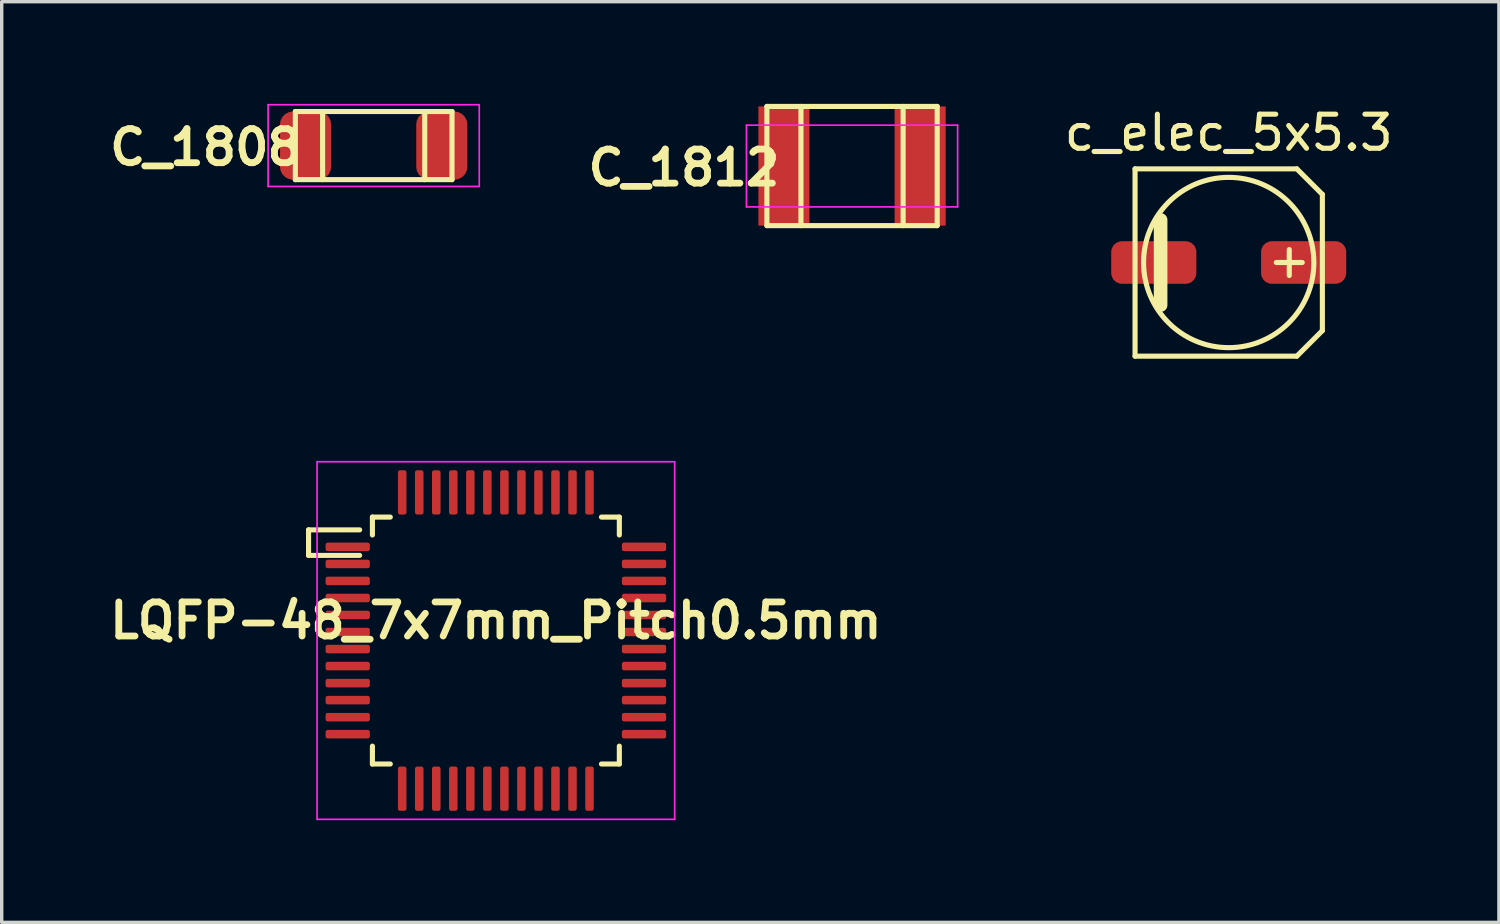
<source format=kicad_pcb>
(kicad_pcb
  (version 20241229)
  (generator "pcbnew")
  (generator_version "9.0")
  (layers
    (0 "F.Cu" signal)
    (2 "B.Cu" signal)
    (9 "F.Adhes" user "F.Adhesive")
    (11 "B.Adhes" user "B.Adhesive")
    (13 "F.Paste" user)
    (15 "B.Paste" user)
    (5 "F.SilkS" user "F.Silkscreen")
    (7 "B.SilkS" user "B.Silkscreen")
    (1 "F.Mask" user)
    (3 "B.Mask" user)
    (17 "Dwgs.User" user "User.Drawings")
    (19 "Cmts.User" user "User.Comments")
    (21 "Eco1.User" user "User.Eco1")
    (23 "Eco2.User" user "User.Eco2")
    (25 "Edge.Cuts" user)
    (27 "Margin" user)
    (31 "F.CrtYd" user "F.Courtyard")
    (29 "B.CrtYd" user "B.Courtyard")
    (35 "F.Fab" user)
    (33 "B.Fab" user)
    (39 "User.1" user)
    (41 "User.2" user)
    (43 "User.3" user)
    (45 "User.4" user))
  (footprint "LQFP-48_7x7mm_Pitch0.5mm"
    (layer "F.Cu")
    (at 11.51 15.758)
    (property "Reference" "LQFP-48_7x7mm_Pitch0.5mm" (at 0 -0.586 0) (layer "F.SilkS") (effects (font (size 1 1) (thickness 0.2))))
    (attr smd)
    (fp_line (start -5.5 -3.25) (end -5.5 -2.5) (stroke (width 0.15) (type solid)) (layer "F.SilkS"))
    (fp_line (start -5.5 -2.5) (end -4 -2.5) (stroke (width 0.15) (type solid)) (layer "F.SilkS"))
    (fp_line (start -4 -3.25) (end -5.5 -3.25) (stroke (width 0.15) (type solid)) (layer "F.SilkS"))
    (fp_line (start -3.625 -3.625) (end -3.625 -3.1) (stroke (width 0.15) (type solid)) (layer "F.SilkS"))
    (fp_line (start -3.625 -3.625) (end -3.1 -3.625) (stroke (width 0.15) (type solid)) (layer "F.SilkS"))
    (fp_line (start -3.625 3.625) (end -3.625 3.1) (stroke (width 0.15) (type solid)) (layer "F.SilkS"))
    (fp_line (start -3.625 3.625) (end -3.1 3.625) (stroke (width 0.15) (type solid)) (layer "F.SilkS"))
    (fp_line (start 3.625 -3.625) (end 3.1 -3.625) (stroke (width 0.15) (type solid)) (layer "F.SilkS"))
    (fp_line (start 3.625 -3.625) (end 3.625 -3.1) (stroke (width 0.15) (type solid)) (layer "F.SilkS"))
    (fp_line (start 3.625 3.625) (end 3.1 3.625) (stroke (width 0.15) (type solid)) (layer "F.SilkS"))
    (fp_line (start 3.625 3.625) (end 3.625 3.1) (stroke (width 0.15) (type solid)) (layer "F.SilkS"))
    (fp_line (start -5.25 -5.25) (end -5.25 5.25) (stroke (width 0.05) (type solid)) (layer "F.CrtYd"))
    (fp_line (start -5.25 -5.25) (end 5.25 -5.25) (stroke (width 0.05) (type solid)) (layer "F.CrtYd"))
    (fp_line (start -5.25 5.25) (end 5.25 5.25) (stroke (width 0.05) (type solid)) (layer "F.CrtYd"))
    (fp_line (start 5.25 -5.25) (end 5.25 5.25) (stroke (width 0.05) (type solid)) (layer "F.CrtYd"))
    (pad "1" smd roundrect (at -4.35 -2.75) (size 1.3 0.25) (layers "F.Cu" "F.Mask" "F.Paste") (roundrect_rratio 0.25))
    (pad "2" smd roundrect (at -4.35 -2.25) (size 1.3 0.25) (layers "F.Cu" "F.Mask" "F.Paste") (roundrect_rratio 0.25))
    (pad "3" smd roundrect (at -4.35 -1.75) (size 1.3 0.25) (layers "F.Cu" "F.Mask" "F.Paste") (roundrect_rratio 0.25))
    (pad "4" smd roundrect (at -4.35 -1.25) (size 1.3 0.25) (layers "F.Cu" "F.Mask" "F.Paste") (roundrect_rratio 0.25))
    (pad "5" smd roundrect (at -4.35 -0.75) (size 1.3 0.25) (layers "F.Cu" "F.Mask" "F.Paste") (roundrect_rratio 0.25))
    (pad "6" smd roundrect (at -4.35 -0.25) (size 1.3 0.25) (layers "F.Cu" "F.Mask" "F.Paste") (roundrect_rratio 0.25))
    (pad "7" smd roundrect (at -4.35 0.25) (size 1.3 0.25) (layers "F.Cu" "F.Mask" "F.Paste") (roundrect_rratio 0.25))
    (pad "8" smd roundrect (at -4.35 0.75) (size 1.3 0.25) (layers "F.Cu" "F.Mask" "F.Paste") (roundrect_rratio 0.25))
    (pad "9" smd roundrect (at -4.35 1.25) (size 1.3 0.25) (layers "F.Cu" "F.Mask" "F.Paste") (roundrect_rratio 0.25))
    (pad "10" smd roundrect (at -4.35 1.75) (size 1.3 0.25) (layers "F.Cu" "F.Mask" "F.Paste") (roundrect_rratio 0.25))
    (pad "11" smd roundrect (at -4.35 2.25) (size 1.3 0.25) (layers "F.Cu" "F.Mask" "F.Paste") (roundrect_rratio 0.25))
    (pad "12" smd roundrect (at -4.35 2.75) (size 1.3 0.25) (layers "F.Cu" "F.Mask" "F.Paste") (roundrect_rratio 0.25))
    (pad "13" smd roundrect (at -2.75 4.35 90) (size 1.3 0.25) (layers "F.Cu" "F.Mask" "F.Paste") (roundrect_rratio 0.25))
    (pad "14" smd roundrect (at -2.25 4.35 90) (size 1.3 0.25) (layers "F.Cu" "F.Mask" "F.Paste") (roundrect_rratio 0.25))
    (pad "15" smd roundrect (at -1.75 4.35 90) (size 1.3 0.25) (layers "F.Cu" "F.Mask" "F.Paste") (roundrect_rratio 0.25))
    (pad "16" smd roundrect (at -1.25 4.35 90) (size 1.3 0.25) (layers "F.Cu" "F.Mask" "F.Paste") (roundrect_rratio 0.25))
    (pad "17" smd roundrect (at -0.75 4.35 90) (size 1.3 0.25) (layers "F.Cu" "F.Mask" "F.Paste") (roundrect_rratio 0.25))
    (pad "18" smd roundrect (at -0.25 4.35 90) (size 1.3 0.25) (layers "F.Cu" "F.Mask" "F.Paste") (roundrect_rratio 0.25))
    (pad "19" smd roundrect (at 0.25 4.35 90) (size 1.3 0.25) (layers "F.Cu" "F.Mask" "F.Paste") (roundrect_rratio 0.25))
    (pad "20" smd roundrect (at 0.75 4.35 90) (size 1.3 0.25) (layers "F.Cu" "F.Mask" "F.Paste") (roundrect_rratio 0.25))
    (pad "21" smd roundrect (at 1.25 4.35 90) (size 1.3 0.25) (layers "F.Cu" "F.Mask" "F.Paste") (roundrect_rratio 0.25))
    (pad "22" smd roundrect (at 1.75 4.35 90) (size 1.3 0.25) (layers "F.Cu" "F.Mask" "F.Paste") (roundrect_rratio 0.25))
    (pad "23" smd roundrect (at 2.25 4.35 90) (size 1.3 0.25) (layers "F.Cu" "F.Mask" "F.Paste") (roundrect_rratio 0.25))
    (pad "24" smd roundrect (at 2.75 4.35 90) (size 1.3 0.25) (layers "F.Cu" "F.Mask" "F.Paste") (roundrect_rratio 0.25))
    (pad "25" smd roundrect (at 4.35 2.75) (size 1.3 0.25) (layers "F.Cu" "F.Mask" "F.Paste") (roundrect_rratio 0.25))
    (pad "26" smd roundrect (at 4.35 2.25) (size 1.3 0.25) (layers "F.Cu" "F.Mask" "F.Paste") (roundrect_rratio 0.25))
    (pad "27" smd roundrect (at 4.35 1.75) (size 1.3 0.25) (layers "F.Cu" "F.Mask" "F.Paste") (roundrect_rratio 0.25))
    (pad "28" smd roundrect (at 4.35 1.25) (size 1.3 0.25) (layers "F.Cu" "F.Mask" "F.Paste") (roundrect_rratio 0.25))
    (pad "29" smd roundrect (at 4.35 0.75) (size 1.3 0.25) (layers "F.Cu" "F.Mask" "F.Paste") (roundrect_rratio 0.25))
    (pad "30" smd roundrect (at 4.35 0.25) (size 1.3 0.25) (layers "F.Cu" "F.Mask" "F.Paste") (roundrect_rratio 0.25))
    (pad "31" smd roundrect (at 4.35 -0.25) (size 1.3 0.25) (layers "F.Cu" "F.Mask" "F.Paste") (roundrect_rratio 0.25))
    (pad "32" smd roundrect (at 4.35 -0.75) (size 1.3 0.25) (layers "F.Cu" "F.Mask" "F.Paste") (roundrect_rratio 0.25))
    (pad "33" smd roundrect (at 4.35 -1.25) (size 1.3 0.25) (layers "F.Cu" "F.Mask" "F.Paste") (roundrect_rratio 0.25))
    (pad "34" smd roundrect (at 4.35 -1.75) (size 1.3 0.25) (layers "F.Cu" "F.Mask" "F.Paste") (roundrect_rratio 0.25))
    (pad "35" smd roundrect (at 4.35 -2.25) (size 1.3 0.25) (layers "F.Cu" "F.Mask" "F.Paste") (roundrect_rratio 0.25))
    (pad "36" smd roundrect (at 4.35 -2.75) (size 1.3 0.25) (layers "F.Cu" "F.Mask" "F.Paste") (roundrect_rratio 0.25))
    (pad "37" smd roundrect (at 2.75 -4.35 90) (size 1.3 0.25) (layers "F.Cu" "F.Mask" "F.Paste") (roundrect_rratio 0.25))
    (pad "38" smd roundrect (at 2.25 -4.35 90) (size 1.3 0.25) (layers "F.Cu" "F.Mask" "F.Paste") (roundrect_rratio 0.25))
    (pad "39" smd roundrect (at 1.75 -4.35 90) (size 1.3 0.25) (layers "F.Cu" "F.Mask" "F.Paste") (roundrect_rratio 0.25))
    (pad "40" smd roundrect (at 1.25 -4.35 90) (size 1.3 0.25) (layers "F.Cu" "F.Mask" "F.Paste") (roundrect_rratio 0.25))
    (pad "41" smd roundrect (at 0.75 -4.35 90) (size 1.3 0.25) (layers "F.Cu" "F.Mask" "F.Paste") (roundrect_rratio 0.25))
    (pad "42" smd roundrect (at 0.25 -4.35 90) (size 1.3 0.25) (layers "F.Cu" "F.Mask" "F.Paste") (roundrect_rratio 0.25))
    (pad "43" smd roundrect (at -0.25 -4.35 90) (size 1.3 0.25) (layers "F.Cu" "F.Mask" "F.Paste") (roundrect_rratio 0.25))
    (pad "44" smd roundrect (at -0.75 -4.35 90) (size 1.3 0.25) (layers "F.Cu" "F.Mask" "F.Paste") (roundrect_rratio 0.25))
    (pad "45" smd roundrect (at -1.25 -4.35 90) (size 1.3 0.25) (layers "F.Cu" "F.Mask" "F.Paste") (roundrect_rratio 0.25))
    (pad "46" smd roundrect (at -1.75 -4.35 90) (size 1.3 0.25) (layers "F.Cu" "F.Mask" "F.Paste") (roundrect_rratio 0.25))
    (pad "47" smd roundrect (at -2.25 -4.35 90) (size 1.3 0.25) (layers "F.Cu" "F.Mask" "F.Paste") (roundrect_rratio 0.25))
    (pad "48" smd roundrect (at -2.75 -4.35 90) (size 1.3 0.25) (layers "F.Cu" "F.Mask" "F.Paste") (roundrect_rratio 0.25)))
  (footprint "C_1808"
    (layer "F.Cu")
    (at 7.922 1.225)
    (property "Reference" "C_1808" (at -4.936 0.05 0) (layer "F.SilkS") (effects (font (size 1 1) (thickness 0.2))))
    (attr smd)
    (fp_line (start -2.3 -1) (end -2.3 1) (stroke (width 0.15) (type solid)) (layer "F.SilkS"))
    (fp_line (start -2.3 1) (end 2.3 1) (stroke (width 0.15) (type solid)) (layer "F.SilkS"))
    (fp_line (start -1.5 -1) (end -1.5 1) (stroke (width 0.15) (type solid)) (layer "F.SilkS"))
    (fp_line (start 1.5 -1) (end 1.5 1) (stroke (width 0.15) (type solid)) (layer "F.SilkS"))
    (fp_line (start 2.3 -1) (end -2.3 -1) (stroke (width 0.15) (type solid)) (layer "F.SilkS"))
    (fp_line (start 2.3 1) (end 2.3 -1) (stroke (width 0.15) (type solid)) (layer "F.SilkS"))
    (fp_line (start -3.1 -1.2) (end -3.1 1.2) (stroke (width 0.05) (type solid)) (layer "F.CrtYd"))
    (fp_line (start -3.1 -1.2) (end 3.1 -1.2) (stroke (width 0.05) (type solid)) (layer "F.CrtYd"))
    (fp_line (start -3.1 1.2) (end 3.1 1.2) (stroke (width 0.05) (type solid)) (layer "F.CrtYd"))
    (fp_line (start 3.1 -1.2) (end 3.1 1.2) (stroke (width 0.05) (type solid)) (layer "F.CrtYd"))
    (pad "1" smd roundrect (at -2 0) (size 1.5 2) (layers "F.Cu" "F.Mask" "F.Paste") (roundrect_rratio 0.25))
    (pad "2" smd roundrect (at 2 0) (size 1.5 2) (layers "F.Cu" "F.Mask" "F.Paste") (roundrect_rratio 0.25)))
  (footprint "c_elec_5x5.3"
    (layer "F.Cu")
    (at 33.028 4.658)
    (property "Reference" "c_elec_5x5.3" (at 0 -3.81 0) (layer "F.SilkS") (effects (font (size 1 1) (thickness 0.15))))
    (attr smd)
    (fp_line (start -2.75 -2.75) (end 2 -2.75) (stroke (width 0.15) (type solid)) (layer "F.SilkS"))
    (fp_line (start -2.75 2.75) (end -2.75 -2.75) (stroke (width 0.15) (type solid)) (layer "F.SilkS"))
    (fp_line (start -2 -1.25) (end -2 1.25) (stroke (width 0.4) (type solid)) (layer "F.SilkS"))
    (fp_line (start 1.778 -0.381) (end 1.778 0.381) (stroke (width 0.15) (type solid)) (layer "F.SilkS"))
    (fp_line (start 2 -2.75) (end 2.75 -2) (stroke (width 0.15) (type solid)) (layer "F.SilkS"))
    (fp_line (start 2 2.75) (end -2.75 2.75) (stroke (width 0.15) (type solid)) (layer "F.SilkS"))
    (fp_line (start 2 2.75) (end 2.75 2) (stroke (width 0.15) (type solid)) (layer "F.SilkS"))
    (fp_line (start 2.159 0) (end 1.397 0) (stroke (width 0.15) (type solid)) (layer "F.SilkS"))
    (fp_line (start 2.75 -2) (end 2.75 2) (stroke (width 0.15) (type solid)) (layer "F.SilkS"))
    (fp_circle (center 0 0) (end -2.5 0) (stroke (width 0.15) (type solid)) (fill no) (layer "F.SilkS"))
    (pad "1" smd roundrect (at 2.2 0) (size 2.5 1.25) (layers "F.Cu" "F.Mask" "F.Paste") (roundrect_rratio 0.25))
    (pad "2" smd roundrect (at -2.2 0) (size 2.5 1.25) (layers "F.Cu" "F.Mask" "F.Paste") (roundrect_rratio 0.25)))
  (footprint "C_1812"
    (layer "F.Cu")
    (at 21.968 1.825)
    (property "Reference" "C_1812" (at -4.936 0.05 0) (layer "F.SilkS") (effects (font (size 1 1) (thickness 0.2))))
    (attr smd)
    (fp_line (start -2.5 -1.75) (end -2.5 1.75) (stroke (width 0.15) (type solid)) (layer "F.SilkS"))
    (fp_line (start -2.5 1.75) (end 2.5 1.75) (stroke (width 0.15) (type solid)) (layer "F.SilkS"))
    (fp_line (start -1.5 -1.75) (end -1.5 1.75) (stroke (width 0.15) (type solid)) (layer "F.SilkS"))
    (fp_line (start 1.5 -1.75) (end 1.5 1.75) (stroke (width 0.15) (type solid)) (layer "F.SilkS"))
    (fp_line (start 2.5 -1.75) (end -2.5 -1.75) (stroke (width 0.15) (type solid)) (layer "F.SilkS"))
    (fp_line (start 2.5 1.75) (end 2.5 -1.75) (stroke (width 0.15) (type solid)) (layer "F.SilkS"))
    (fp_line (start -3.1 -1.2) (end -3.1 1.2) (stroke (width 0.05) (type solid)) (layer "F.CrtYd"))
    (fp_line (start -3.1 -1.2) (end 3.1 -1.2) (stroke (width 0.05) (type solid)) (layer "F.CrtYd"))
    (fp_line (start -3.1 1.2) (end 3.1 1.2) (stroke (width 0.05) (type solid)) (layer "F.CrtYd"))
    (fp_line (start 3.1 -1.2) (end 3.1 1.2) (stroke (width 0.05) (type solid)) (layer "F.CrtYd"))
    (pad "1" smd rect (at -2 0) (size 1.5 3.5) (layers "F.Cu" "F.Mask" "F.Paste"))
    (pad "2" smd rect (at 2 0) (size 1.5 3.5) (layers "F.Cu" "F.Mask" "F.Paste")))
  (gr_rect
    (start -3 -3)
    (end 40.962 24.033)
    (stroke (width 0.1) (type default))
    (fill no)
    (layer "Edge.Cuts")))
</source>
